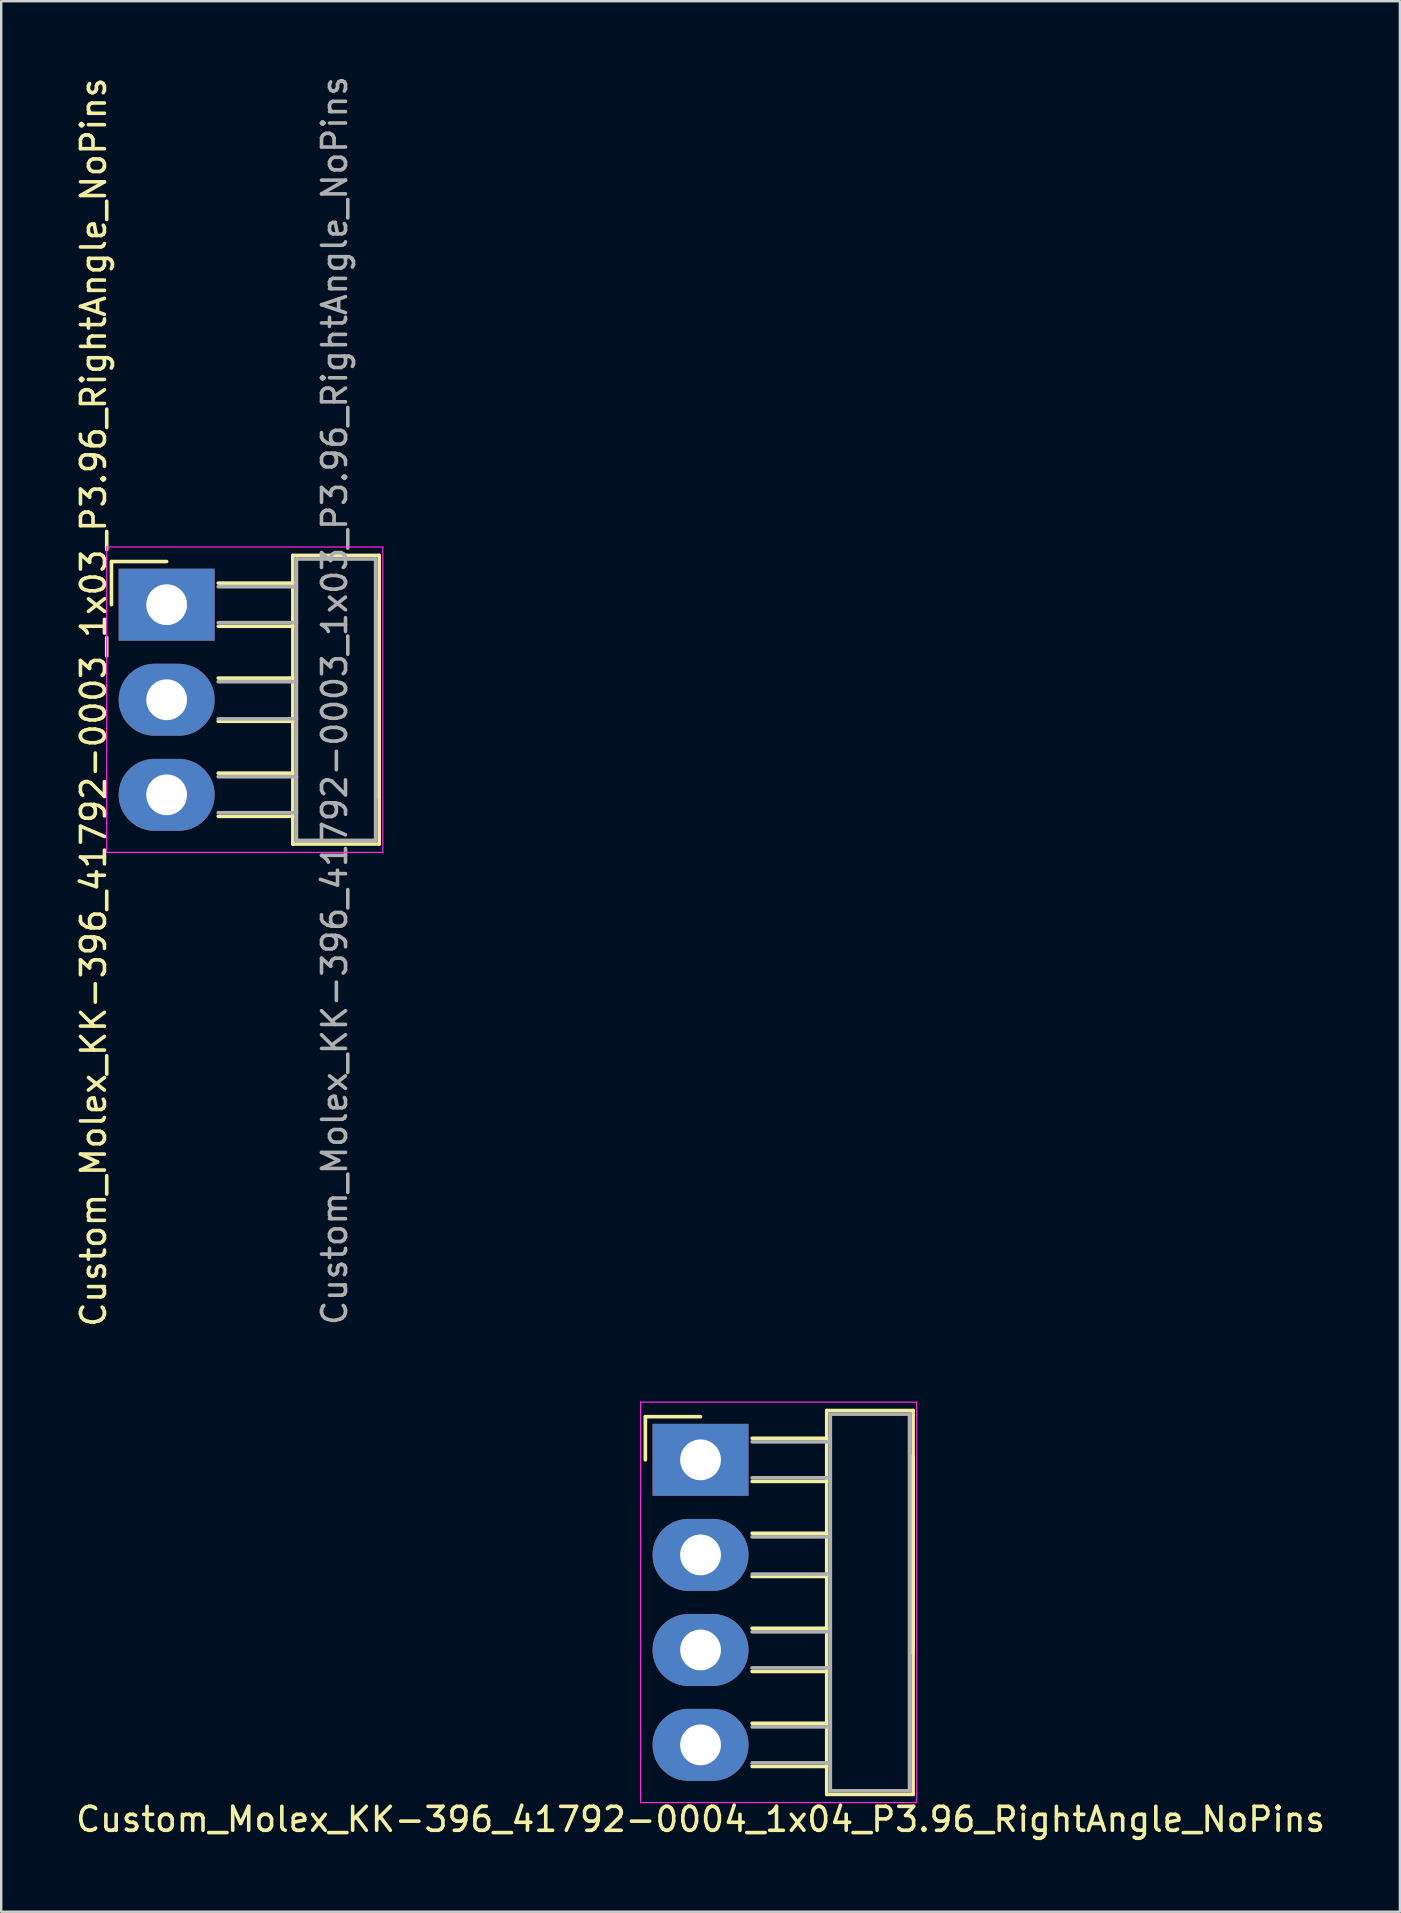
<source format=kicad_pcb>
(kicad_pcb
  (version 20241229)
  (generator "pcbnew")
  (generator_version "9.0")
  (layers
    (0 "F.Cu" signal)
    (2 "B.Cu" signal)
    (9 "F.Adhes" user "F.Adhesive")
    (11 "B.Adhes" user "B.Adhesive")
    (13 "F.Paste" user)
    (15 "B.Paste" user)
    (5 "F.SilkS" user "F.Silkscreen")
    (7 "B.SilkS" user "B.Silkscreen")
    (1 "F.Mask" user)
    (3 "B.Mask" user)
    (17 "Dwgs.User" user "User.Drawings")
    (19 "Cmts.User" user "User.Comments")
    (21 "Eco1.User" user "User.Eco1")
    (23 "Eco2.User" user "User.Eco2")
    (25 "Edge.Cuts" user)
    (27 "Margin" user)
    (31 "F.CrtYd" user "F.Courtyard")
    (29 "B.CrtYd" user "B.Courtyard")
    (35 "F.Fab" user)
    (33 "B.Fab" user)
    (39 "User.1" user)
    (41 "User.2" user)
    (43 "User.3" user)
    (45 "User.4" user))
  (footprint "Custom_Molex_KK-396_41792-0003_1x03_P3.96_RightAngle_NoPins"
    (layer "F.Cu")
    (at 3.896 22.154)
    (property "Reference" "Custom_Molex_KK-396_41792-0003_1x03_P3.96_RightAngle_NoPins" (at -3.048 4.064 90) (layer "F.SilkS") (effects (font (size 1 1) (thickness 0.15))))
    (attr through_hole)
    (fp_line (start -2.3 -1.8) (end 0 -1.8) (stroke (width 0.15) (type solid)) (layer "F.SilkS"))
    (fp_line (start -2.3 0) (end -2.3 -1.8) (stroke (width 0.15) (type solid)) (layer "F.SilkS"))
    (fp_line (start 2.15 0.9) (end 5.26 0.9) (stroke (width 0.15) (type solid)) (layer "F.SilkS"))
    (fp_line (start 2.15 3.06) (end 5.26 3.06) (stroke (width 0.15) (type solid)) (layer "F.SilkS"))
    (fp_line (start 2.15 4.86) (end 5.26 4.86) (stroke (width 0.15) (type solid)) (layer "F.SilkS"))
    (fp_line (start 2.15 7.02) (end 5.26 7.02) (stroke (width 0.15) (type solid)) (layer "F.SilkS"))
    (fp_line (start 2.15 8.82) (end 5.26 8.82) (stroke (width 0.15) (type solid)) (layer "F.SilkS"))
    (fp_line (start 5.26 -2.055) (end 5.26 9.975) (stroke (width 0.15) (type solid)) (layer "F.SilkS"))
    (fp_line (start 5.26 -0.9) (end 2.15 -0.9) (stroke (width 0.15) (type solid)) (layer "F.SilkS"))
    (fp_line (start 5.26 9.975) (end 8.86 9.975) (stroke (width 0.15) (type solid)) (layer "F.SilkS"))
    (fp_line (start 8.86 -2.055) (end 5.26 -2.055) (stroke (width 0.15) (type solid)) (layer "F.SilkS"))
    (fp_line (start 8.86 8.07) (end 8.86 -0.15) (stroke (width 0.15) (type solid)) (layer "F.SilkS"))
    (fp_line (start 8.86 9.975) (end 8.86 -2.055) (stroke (width 0.15) (type solid)) (layer "F.SilkS"))
    (fp_line (start -2.5 -2.405) (end 9.01 -2.405) (stroke (width 0.05) (type solid)) (layer "F.CrtYd"))
    (fp_line (start -2.5 10.325) (end -2.5 -2.405) (stroke (width 0.05) (type solid)) (layer "F.CrtYd"))
    (fp_line (start 9.01 -2.405) (end 9.01 10.325) (stroke (width 0.05) (type solid)) (layer "F.CrtYd"))
    (fp_line (start 9.01 10.325) (end -2.5 10.325) (stroke (width 0.05) (type solid)) (layer "F.CrtYd"))
    (fp_line (start 2.15 0.75) (end 5.41 0.75) (stroke (width 0.15) (type solid)) (layer "F.Fab"))
    (fp_line (start 2.15 3.21) (end 5.41 3.21) (stroke (width 0.15) (type solid)) (layer "F.Fab"))
    (fp_line (start 2.15 4.76) (end 5.41 4.76) (stroke (width 0.15) (type solid)) (layer "F.Fab"))
    (fp_line (start 2.15 7.17) (end 5.41 7.17) (stroke (width 0.15) (type solid)) (layer "F.Fab"))
    (fp_line (start 2.15 8.67) (end 5.41 8.67) (stroke (width 0.15) (type solid)) (layer "F.Fab"))
    (fp_line (start 5.41 -1.905) (end 5.41 9.825) (stroke (width 0.15) (type solid)) (layer "F.Fab"))
    (fp_line (start 5.41 -0.75) (end 2.15 -0.75) (stroke (width 0.15) (type solid)) (layer "F.Fab"))
    (fp_line (start 5.41 9.825) (end 8.71 9.825) (stroke (width 0.15) (type solid)) (layer "F.Fab"))
    (fp_line (start 8.71 -1.905) (end 5.41 -1.905) (stroke (width 0.15) (type solid)) (layer "F.Fab"))
    (fp_line (start 8.71 9.825) (end 8.71 -1.905) (stroke (width 0.15) (type solid)) (layer "F.Fab"))
    (fp_text user "${REFERENCE}" (at 7 3.995 270) (layer "F.Fab") (effects (font (size 1 1) (thickness 0.15))))
    (pad "1" thru_hole rect (at 0 0 270) (size 3 4) (drill 1.7) (layers "*.Cu" "*.Mask"))
    (pad "2" thru_hole oval (at 0 3.962 270) (size 3 4) (drill 1.7) (layers "*.Cu" "*.Mask"))
    (pad "3" thru_hole oval (at 0 7.925 270) (size 3 4) (drill 1.7) (layers "*.Cu" "*.Mask")))
  (footprint "Custom_Molex_KK-396_41792-0004_1x04_P3.96_RightAngle_NoPins"
    (layer "F.Cu")
    (at 26.149 57.797)
    (property "Reference" "Custom_Molex_KK-396_41792-0004_1x04_P3.96_RightAngle_NoPins" (at 0 14.986 0) (layer "F.SilkS") (effects (font (size 1 1) (thickness 0.15))))
    (attr through_hole)
    (fp_line (start -2.3 -1.8) (end 0 -1.8) (stroke (width 0.15) (type solid)) (layer "F.SilkS"))
    (fp_line (start -2.3 0) (end -2.3 -1.8) (stroke (width 0.15) (type solid)) (layer "F.SilkS"))
    (fp_line (start 2.15 0.9) (end 5.26 0.9) (stroke (width 0.15) (type solid)) (layer "F.SilkS"))
    (fp_line (start 2.15 3.06) (end 5.26 3.06) (stroke (width 0.15) (type solid)) (layer "F.SilkS"))
    (fp_line (start 2.15 4.86) (end 5.26 4.86) (stroke (width 0.15) (type solid)) (layer "F.SilkS"))
    (fp_line (start 2.15 7.02) (end 5.26 7.02) (stroke (width 0.15) (type solid)) (layer "F.SilkS"))
    (fp_line (start 2.15 8.82) (end 5.26 8.82) (stroke (width 0.15) (type solid)) (layer "F.SilkS"))
    (fp_line (start 2.15 10.98) (end 5.26 10.98) (stroke (width 0.15) (type solid)) (layer "F.SilkS"))
    (fp_line (start 2.15 12.78) (end 5.26 12.78) (stroke (width 0.15) (type solid)) (layer "F.SilkS"))
    (fp_line (start 5.26 -2.055) (end 5.26 13.945) (stroke (width 0.15) (type solid)) (layer "F.SilkS"))
    (fp_line (start 5.26 -0.9) (end 2.15 -0.9) (stroke (width 0.15) (type solid)) (layer "F.SilkS"))
    (fp_line (start 8.86 -2.055) (end 5.26 -2.055) (stroke (width 0.15) (type solid)) (layer "F.SilkS"))
    (fp_line (start 8.86 -2.055) (end 8.86 13.945) (stroke (width 0.15) (type solid)) (layer "F.SilkS"))
    (fp_line (start 8.86 8.07) (end 8.86 -0.15) (stroke (width 0.15) (type solid)) (layer "F.SilkS"))
    (fp_line (start 8.86 13.945) (end 5.26 13.945) (stroke (width 0.15) (type solid)) (layer "F.SilkS"))
    (fp_line (start -2.5 -2.405) (end 9.01 -2.405) (stroke (width 0.05) (type solid)) (layer "F.CrtYd"))
    (fp_line (start -2.5 14.295) (end -2.5 -2.405) (stroke (width 0.05) (type solid)) (layer "F.CrtYd"))
    (fp_line (start 9.01 -2.405) (end 9.01 14.285) (stroke (width 0.05) (type solid)) (layer "F.CrtYd"))
    (fp_line (start 9.01 14.285) (end -2.5 14.285) (stroke (width 0.05) (type solid)) (layer "F.CrtYd"))
    (fp_line (start 2.15 0.75) (end 5.41 0.75) (stroke (width 0.15) (type solid)) (layer "F.Fab"))
    (fp_line (start 2.15 3.21) (end 5.41 3.21) (stroke (width 0.15) (type solid)) (layer "F.Fab"))
    (fp_line (start 2.15 4.76) (end 5.41 4.76) (stroke (width 0.15) (type solid)) (layer "F.Fab"))
    (fp_line (start 2.15 7.17) (end 5.41 7.17) (stroke (width 0.15) (type solid)) (layer "F.Fab"))
    (fp_line (start 2.15 8.67) (end 5.41 8.67) (stroke (width 0.15) (type solid)) (layer "F.Fab"))
    (fp_line (start 2.15 11.13) (end 5.41 11.13) (stroke (width 0.15) (type solid)) (layer "F.Fab"))
    (fp_line (start 2.15 12.63) (end 5.41 12.63) (stroke (width 0.15) (type solid)) (layer "F.Fab"))
    (fp_line (start 5.41 -1.905) (end 5.41 13.795) (stroke (width 0.15) (type solid)) (layer "F.Fab"))
    (fp_line (start 5.41 -0.75) (end 2.15 -0.75) (stroke (width 0.15) (type solid)) (layer "F.Fab"))
    (fp_line (start 5.41 13.795) (end 8.71 13.795) (stroke (width 0.15) (type solid)) (layer "F.Fab"))
    (fp_line (start 8.71 -1.905) (end 5.41 -1.905) (stroke (width 0.15) (type solid)) (layer "F.Fab"))
    (fp_line (start 8.71 13.795) (end 8.71 -1.905) (stroke (width 0.15) (type solid)) (layer "F.Fab"))
    (pad "1" thru_hole rect (at 0 0 270) (size 3 4) (drill 1.7) (layers "*.Cu" "*.Mask"))
    (pad "2" thru_hole oval (at 0 3.962 270) (size 3 4) (drill 1.7) (layers "*.Cu" "*.Mask"))
    (pad "3" thru_hole oval (at 0 7.925 270) (size 3 4) (drill 1.7) (layers "*.Cu" "*.Mask"))
    (pad "4" thru_hole oval (at 0 11.88 270) (size 3 4) (drill 1.7) (layers "*.Cu" "*.Mask")))
  (gr_rect
    (start -3 -3)
    (end 55.298 76.631)
    (stroke (width 0.1) (type default))
    (fill no)
    (layer "Edge.Cuts")))
</source>
